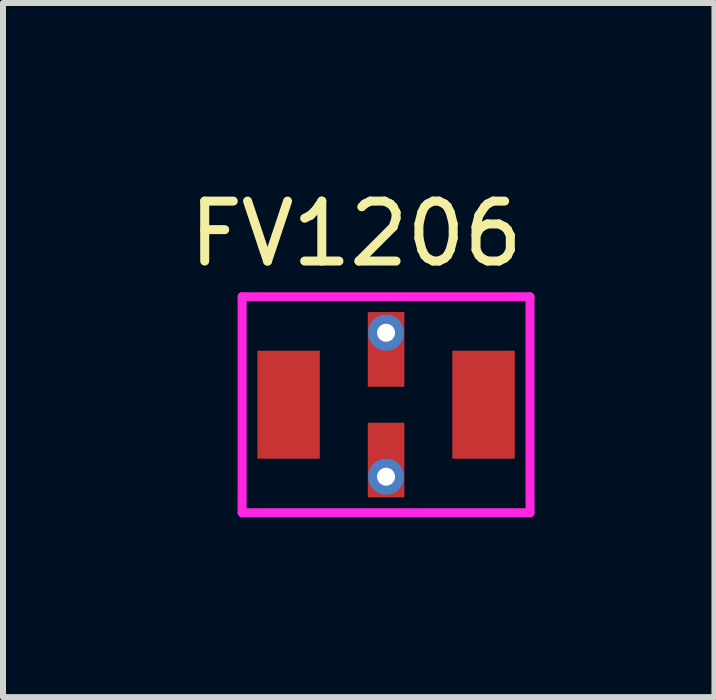
<source format=kicad_pcb>
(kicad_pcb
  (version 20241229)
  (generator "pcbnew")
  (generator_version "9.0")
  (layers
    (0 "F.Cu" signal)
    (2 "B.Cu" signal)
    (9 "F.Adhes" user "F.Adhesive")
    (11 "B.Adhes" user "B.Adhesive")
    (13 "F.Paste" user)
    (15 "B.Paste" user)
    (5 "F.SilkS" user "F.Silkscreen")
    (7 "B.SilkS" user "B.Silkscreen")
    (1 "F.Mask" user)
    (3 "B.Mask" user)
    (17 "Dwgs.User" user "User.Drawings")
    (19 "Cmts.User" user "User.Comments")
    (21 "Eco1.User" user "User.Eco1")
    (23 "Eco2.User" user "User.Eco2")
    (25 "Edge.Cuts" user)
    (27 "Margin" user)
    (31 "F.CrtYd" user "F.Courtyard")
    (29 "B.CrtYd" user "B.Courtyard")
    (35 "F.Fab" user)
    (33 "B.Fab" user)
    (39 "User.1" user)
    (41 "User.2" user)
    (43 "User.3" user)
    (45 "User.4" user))
  (footprint "FV1206"
    (layer "F.Cu")
    (at 3.387 3.698)
    (property "Reference" "FV1206" (at -0.5 -2.85 0) (layer "F.SilkS") (effects (font (size 1 1) (thickness 0.15))))
    (attr through_hole)
    (fp_line (start -2.4 -1.8) (end 2.4 -1.8) (stroke (width 0.15) (type solid)) (layer "F.CrtYd"))
    (fp_line (start -2.4 1.8) (end -2.4 -1.8) (stroke (width 0.15) (type solid)) (layer "F.CrtYd"))
    (fp_line (start 2.4 -1.8) (end 2.4 1.8) (stroke (width 0.15) (type solid)) (layer "F.CrtYd"))
    (fp_line (start 2.4 1.8) (end -2.4 1.8) (stroke (width 0.15) (type solid)) (layer "F.CrtYd"))
    (pad "1" smd rect (at -1.625 0) (size 1.04 1.8) (layers "F.Cu" "F.Mask" "F.Paste"))
    (pad "2" thru_hole circle (at 0 -1.2) (size 0.6 0.6) (drill 0.3) (layers "*.Cu" "*.Mask"))
    (pad "2" smd rect (at 0 -0.922) (size 0.61 1.245) (layers "F.Cu" "F.Mask" "F.Paste"))
    (pad "3" smd rect (at 1.625 0) (size 1.04 1.8) (layers "F.Cu" "F.Mask" "F.Paste"))
    (pad "4" smd rect (at 0 0.922) (size 0.61 1.245) (layers "F.Cu" "F.Mask" "F.Paste"))
    (pad "4" thru_hole circle (at 0 1.2) (size 0.6 0.6) (drill 0.3) (layers "*.Cu" "*.Mask")))
  (gr_rect
    (start -3 -3)
    (end 8.862 8.573)
    (stroke (width 0.1) (type default))
    (fill no)
    (layer "Edge.Cuts")))
</source>
